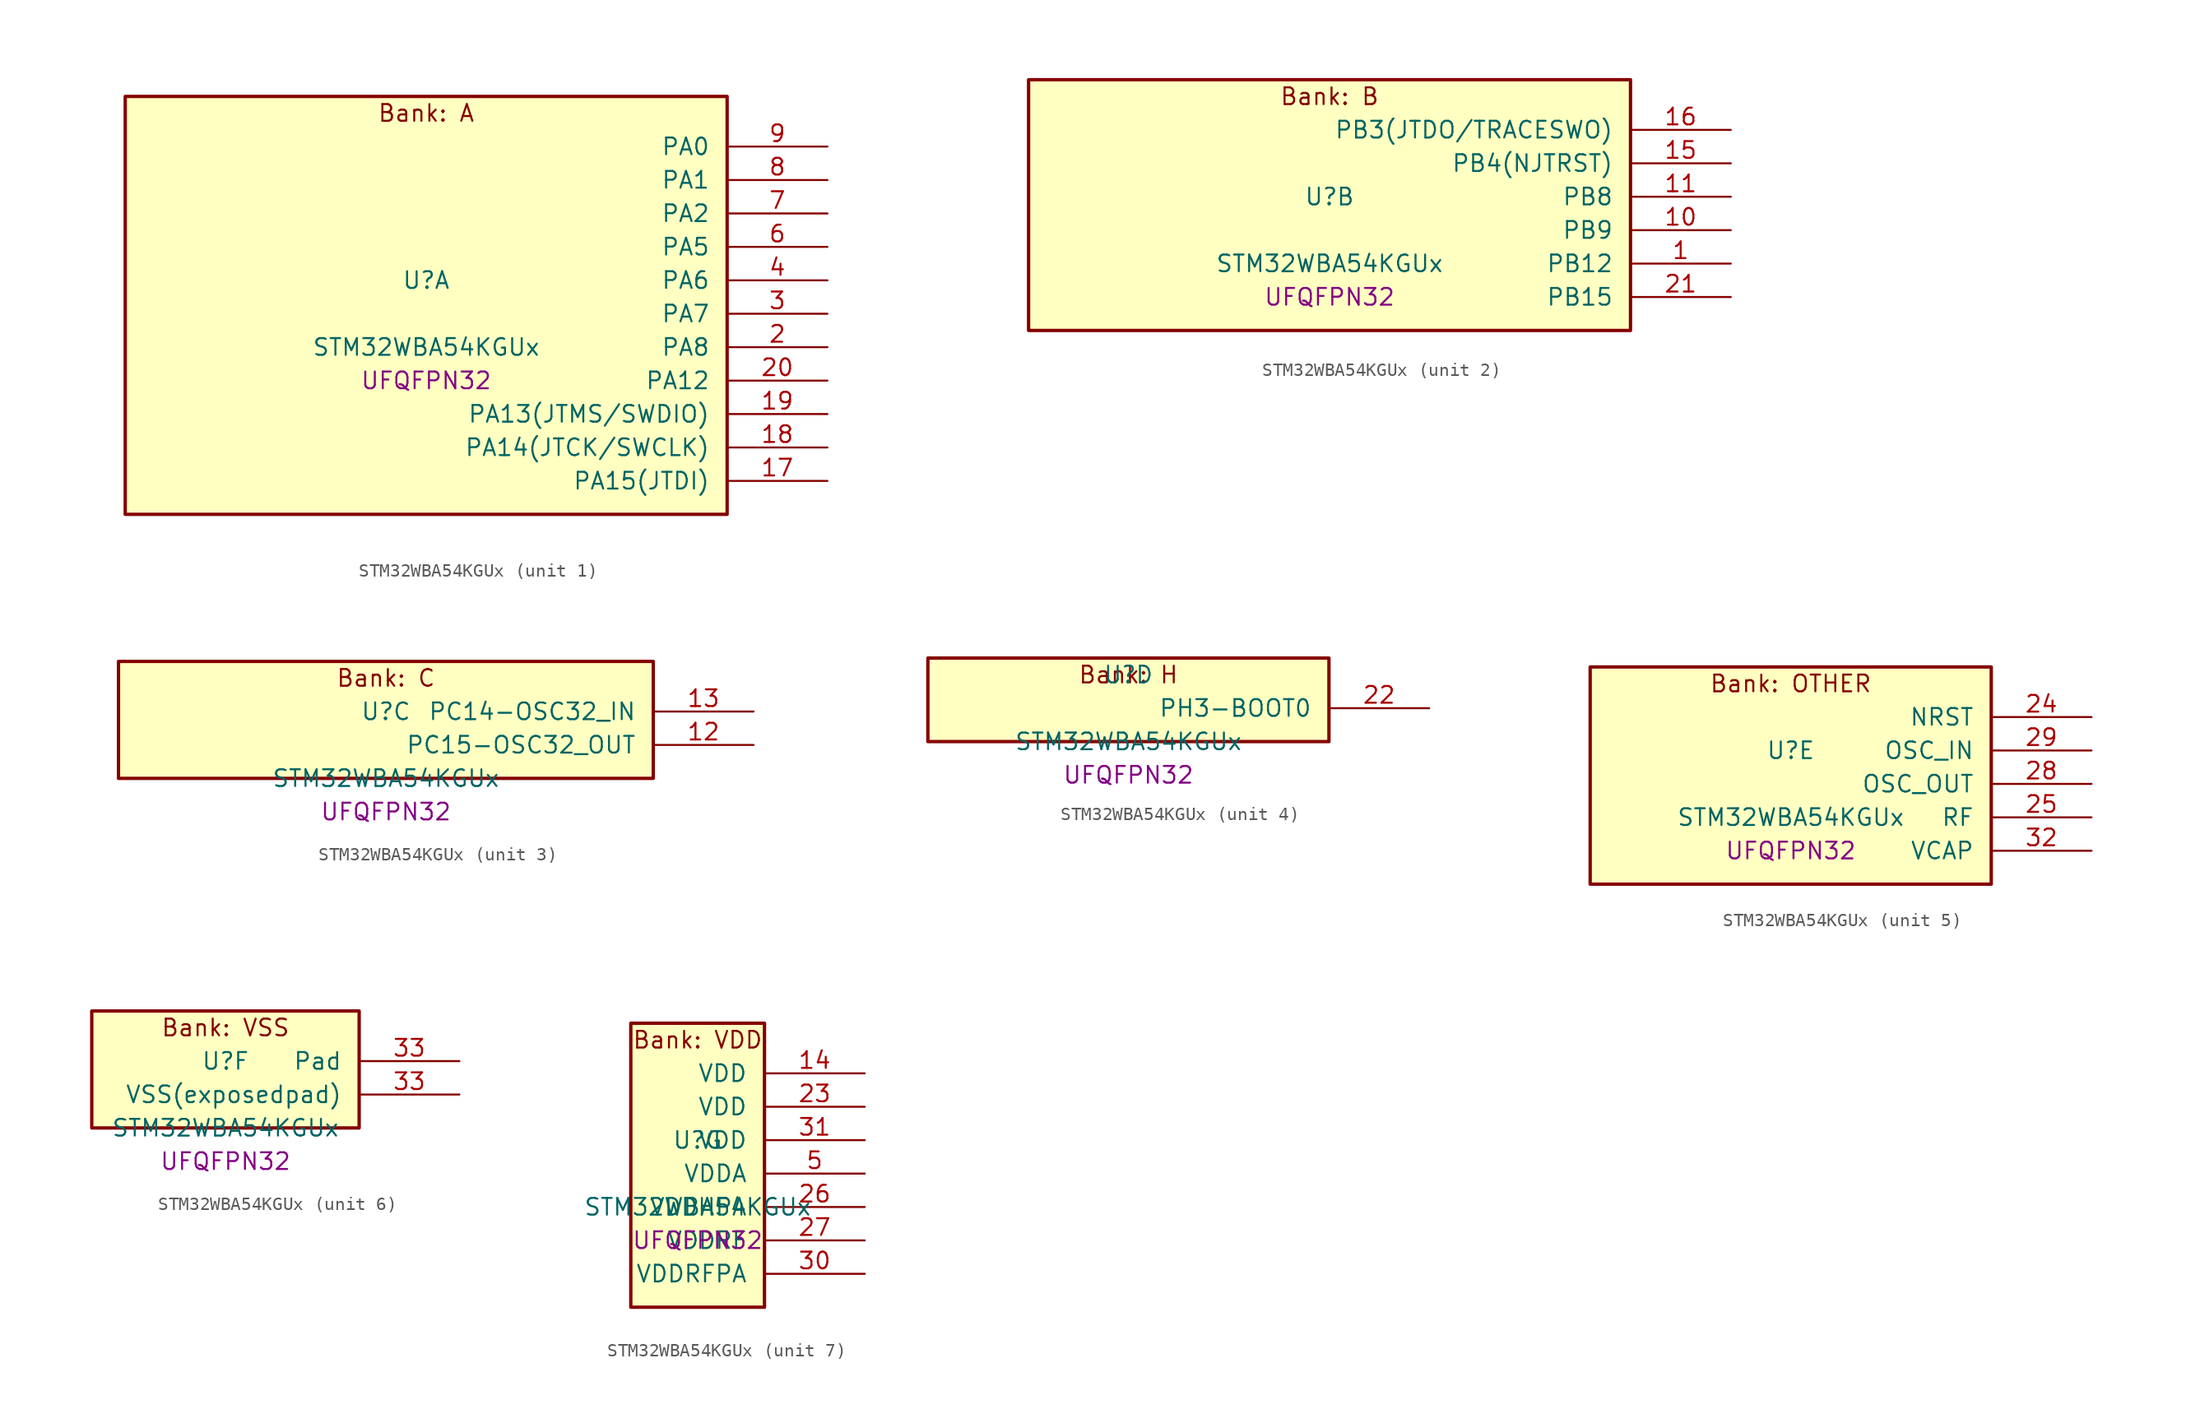
<source format=kicad_sym>
(kicad_symbol_lib
  (version 20241209)
  (generator "stm32_pkl_generator")
  (generator_version "1.0")
  (symbol "STM32WBA54KGUx"
    (pin_names
      (offset 1.27))
    (property "Reference" "U"
      (at 0 2.54 0))
    (property "Value" "STM32WBA54KGUx"
      (at 0 -2.54 0))
    (property "Footprint" "UFQFPN32"
      (at 0 -5.08 0))
    (symbol "STM32WBA54KGUx_1_1"
      (rectangle (start -22.86 16.51) (end 22.86 -15.24) (stroke (width 0.254) (type solid)) (fill (type background)))
      (text "Bank: A" (at 0 15.24 0))
      (pin bidirectional line (at 30.48 12.7 180) (length 7.62) (name "PA0") (number "9") (alternate "PA0/ADC4_IN9" bidirectional line) (alternate "PA0/COMP2_INP" bidirectional line) (alternate "PA0/LPTIM1_IN1" bidirectional line) (alternate "PA0/LPUART1_CTS" bidirectional line) (alternate "PA0/PWR_WKUP1" bidirectional line) (alternate "PA0/SPI3_SCK" bidirectional line) (alternate "PA0/TIM1_CH2N" bidirectional line) (alternate "PA0/TIM3_CH3" bidirectional line) (alternate "PA0/TIM3_ETR" bidirectional line) (alternate "PA0/TSC_G2_IO2" bidirectional line))
      (pin bidirectional line (at 30.48 10.16 180) (length 7.62) (name "PA1") (number "8") (alternate "PA1/ADC4_IN8" bidirectional line) (alternate "PA1/COMP1_INM" bidirectional line) (alternate "PA1/LPTIM2_CH2" bidirectional line) (alternate "PA1/LPUART1_RX" bidirectional line) (alternate "PA1/PWR_WKUP3" bidirectional line) (alternate "PA1/SAI1_CK1" bidirectional line) (alternate "PA1/SPI1_RDY" bidirectional line) (alternate "PA1/TIM17_CH1" bidirectional line) (alternate "PA1/TIM1_CH1N" bidirectional line) (alternate "PA1/TIM3_CH2" bidirectional line) (alternate "PA1/TSC_G2_IO1" bidirectional line) (alternate "PA1/USART1_CK" bidirectional line))
      (pin bidirectional line (at 30.48 7.62 180) (length 7.62) (name "PA2") (number "7") (alternate "PA2/ADC4_IN7" bidirectional line) (alternate "PA2/COMP1_INP" bidirectional line) (alternate "PA2/LPUART1_TX" bidirectional line) (alternate "PA2/PWR_WKUP4" bidirectional line) (alternate "PA2/RCC_LSCO" bidirectional line) (alternate "PA2/SAI1_D1" bidirectional line) (alternate "PA2/TIM16_CH1" bidirectional line) (alternate "PA2/TIM1_BKIN" bidirectional line) (alternate "PA2/TIM3_CH1" bidirectional line) (alternate "PA2/TSC_G4_IO4" bidirectional line) (alternate "PA2/USART1_DE" bidirectional line) (alternate "PA2/USART1_RTS" bidirectional line))
      (pin bidirectional line (at 30.48 5.08 180) (length 7.62) (name "PA5") (number "6") (alternate "PA5/ADC4_IN4" bidirectional line) (alternate "PA5/AUDIOCLK" bidirectional line) (alternate "PA5/LPTIM2_ETR" bidirectional line) (alternate "PA5/PWR_CSLEEP" bidirectional line) (alternate "PA5/PWR_WKUP6" bidirectional line) (alternate "PA5/SAI1_D2" bidirectional line) (alternate "PA5/SPI3_NSS" bidirectional line) (alternate "PA5/TIM2_CH1" bidirectional line) (alternate "PA5/TIM2_ETR" bidirectional line) (alternate "PA5/TSC_G1_IO4" bidirectional line) (alternate "PA5/USART1_CK" bidirectional line))
      (pin bidirectional line (at 30.48 2.54 180) (length 7.62) (name "PA6") (number "4") (alternate "PA6/ADC4_IN3" bidirectional line) (alternate "PA6/I2C3_SCL" bidirectional line) (alternate "PA6/PWR_CSTOP" bidirectional line) (alternate "PA6/PWR_WKUP7" bidirectional line) (alternate "PA6/SAI1_CK2" bidirectional line) (alternate "PA6/SAI1_MCLK_A" bidirectional line) (alternate "PA6/SPI3_RDY" bidirectional line) (alternate "PA6/TIM2_CH4" bidirectional line) (alternate "PA6/TSC_G1_IO3" bidirectional line) (alternate "PA6/USART1_DE" bidirectional line) (alternate "PA6/USART1_RTS" bidirectional line))
      (pin bidirectional line (at 30.48 0 180) (length 7.62) (name "PA7") (number "3") (alternate "PA7/ADC4_IN2" bidirectional line) (alternate "PA7/COMP1_OUT" bidirectional line) (alternate "PA7/I2C3_SDA" bidirectional line) (alternate "PA7/PWR_WKUP8" bidirectional line) (alternate "PA7/SAI1_SCK_A" bidirectional line) (alternate "PA7/TAMP_IN1" bidirectional line) (alternate "PA7/TAMP_OUT2" bidirectional line) (alternate "PA7/TIM2_CH3" bidirectional line) (alternate "PA7/TSC_G1_IO2" bidirectional line) (alternate "PA7/USART1_CTS" bidirectional line))
      (pin bidirectional line (at 30.48 -2.54 180) (length 7.62) (name "PA8") (number "2") (alternate "PA8/ADC4_IN1" bidirectional line) (alternate "PA8/LPTIM1_CH2" bidirectional line) (alternate "PA8/RCC_MCO" bidirectional line) (alternate "PA8/SAI1_FS_A" bidirectional line) (alternate "PA8/SPI3_RDY" bidirectional line) (alternate "PA8/TIM2_CH2" bidirectional line) (alternate "PA8/TSC_G1_IO1" bidirectional line) (alternate "PA8/USART1_RX" bidirectional line))
      (pin bidirectional line (at 30.48 -5.08 180) (length 7.62) (name "PA12") (number "20") (alternate "PA12/COMP2_OUT" bidirectional line) (alternate "PA12/PTA_STATUS" bidirectional line) (alternate "PA12/PWR_WKUP6" bidirectional line) (alternate "PA12/RF_ANTSW0" bidirectional line) (alternate "PA12/SPI1_NSS" bidirectional line) (alternate "PA12/TIM1_CH2" bidirectional line) (alternate "PA12/TSC_G3_IO4" bidirectional line) (alternate "PA12/USART2_TX" bidirectional line))
      (pin bidirectional line (at 30.48 -7.62 180) (length 7.62) (name "PA13(JTMS/SWDIO)") (number "19") (alternate "PA13(JTMS/SWDIO)/DEBUG_JTMS-SWDIO" bidirectional line) (alternate "PA13(JTMS/SWDIO)/IR_OUT" bidirectional line) (alternate "PA13(JTMS/SWDIO)/PTA_PRIORITY" bidirectional line))
      (pin bidirectional line (at 30.48 -10.16 180) (length 7.62) (name "PA14(JTCK/SWCLK)") (number "18") (alternate "PA14(JTCK/SWCLK)/COMP2_OUT" bidirectional line) (alternate "PA14(JTCK/SWCLK)/DEBUG_JTCK-SWCLK" bidirectional line) (alternate "PA14(JTCK/SWCLK)/PTA_STATUS" bidirectional line) (alternate "PA14(JTCK/SWCLK)/TAMP_IN3" bidirectional line) (alternate "PA14(JTCK/SWCLK)/TAMP_OUT6" bidirectional line) (alternate "PA14(JTCK/SWCLK)/USART2_TX" bidirectional line))
      (pin bidirectional line (at 30.48 -12.7 180) (length 7.62) (name "PA15(JTDI)") (number "17") (alternate "PA15(JTDI)/ADC4_EXTI15" bidirectional line) (alternate "PA15(JTDI)/DEBUG_JTDI" bidirectional line) (alternate "PA15(JTDI)/I2C1_SCL" bidirectional line) (alternate "PA15(JTDI)/LPTIM1_CH2" bidirectional line) (alternate "PA15(JTDI)/PTA_STATUS" bidirectional line) (alternate "PA15(JTDI)/SPI1_MOSI" bidirectional line) (alternate "PA15(JTDI)/TIM17_BKIN" bidirectional line) (alternate "PA15(JTDI)/TIM1_ETR" bidirectional line) (alternate "PA15(JTDI)/TSC_G3_IO3" bidirectional line) (alternate "PA15(JTDI)/USART2_DE" bidirectional line) (alternate "PA15(JTDI)/USART2_RTS" bidirectional line)))
    (symbol "STM32WBA54KGUx_2_1"
      (rectangle (start -22.86 11.43) (end 22.86 -7.62) (stroke (width 0.254) (type solid)) (fill (type background)))
      (text "Bank: B" (at 0 10.16 0))
      (pin bidirectional line (at 30.48 7.62 180) (length 7.62) (name "PB3(JTDO/TRACESWO)") (number "16") (alternate "PB3(JTDO/TRACESWO)/DEBUG_JTDO-SWO" bidirectional line) (alternate "PB3(JTDO/TRACESWO)/I2C1_SDA" bidirectional line) (alternate "PB3(JTDO/TRACESWO)/LPTIM1_IN2" bidirectional line) (alternate "PB3(JTDO/TRACESWO)/PTA_ACTIVE" bidirectional line) (alternate "PB3(JTDO/TRACESWO)/SPI1_MISO" bidirectional line) (alternate "PB3(JTDO/TRACESWO)/TIM17_CH1N" bidirectional line) (alternate "PB3(JTDO/TRACESWO)/TIM1_CH4" bidirectional line) (alternate "PB3(JTDO/TRACESWO)/TSC_G3_IO2" bidirectional line) (alternate "PB3(JTDO/TRACESWO)/USART2_CK" bidirectional line))
      (pin bidirectional line (at 30.48 5.08 180) (length 7.62) (name "PB4(NJTRST)") (number "15") (alternate "PB4(NJTRST)/DEBUG_JTRST" bidirectional line) (alternate "PB4(NJTRST)/LPTIM2_IN2" bidirectional line) (alternate "PB4(NJTRST)/PTA_ACTIVE" bidirectional line) (alternate "PB4(NJTRST)/PTA_PRIORITY" bidirectional line) (alternate "PB4(NJTRST)/SAI1_MCLK_B" bidirectional line) (alternate "PB4(NJTRST)/SPI1_SCK" bidirectional line) (alternate "PB4(NJTRST)/TIM17_CH1" bidirectional line) (alternate "PB4(NJTRST)/TIM1_CH3" bidirectional line) (alternate "PB4(NJTRST)/TSC_G3_IO1" bidirectional line) (alternate "PB4(NJTRST)/USART2_RX" bidirectional line))
      (pin bidirectional line (at 30.48 2.54 180) (length 7.62) (name "PB8") (number "11") (alternate "PB8/COMP1_OUT" bidirectional line) (alternate "PB8/LPTIM1_ETR" bidirectional line) (alternate "PB8/PWR_PVD_IN" bidirectional line) (alternate "PB8/SPI3_MOSI" bidirectional line) (alternate "PB8/TIM16_CH1N" bidirectional line) (alternate "PB8/TIM1_CH1" bidirectional line) (alternate "PB8/TIM3_ETR" bidirectional line) (alternate "PB8/TSC_G2_IO4" bidirectional line) (alternate "PB8/USART2_RX" bidirectional line))
      (pin bidirectional line (at 30.48 0 180) (length 7.62) (name "PB9") (number "10") (alternate "PB9/ADC4_IN10" bidirectional line) (alternate "PB9/COMP2_INM" bidirectional line) (alternate "PB9/IR_OUT" bidirectional line) (alternate "PB9/LPTIM2_IN1" bidirectional line) (alternate "PB9/LPUART1_DE" bidirectional line) (alternate "PB9/LPUART1_RTS" bidirectional line) (alternate "PB9/PWR_WKUP8" bidirectional line) (alternate "PB9/SPI3_MISO" bidirectional line) (alternate "PB9/TIM16_CH1" bidirectional line) (alternate "PB9/TIM1_CH3N" bidirectional line) (alternate "PB9/TIM3_CH4" bidirectional line) (alternate "PB9/TSC_G2_IO3" bidirectional line))
      (pin bidirectional line (at 30.48 -2.54 180) (length 7.62) (name "PB12") (number "1") (alternate "PB12/SAI1_SD_A" bidirectional line) (alternate "PB12/SPI1_RDY" bidirectional line) (alternate "PB12/TIM2_CH1" bidirectional line) (alternate "PB12/TIM2_ETR" bidirectional line) (alternate "PB12/TIM3_ETR" bidirectional line) (alternate "PB12/TSC_SYNC" bidirectional line) (alternate "PB12/USART1_TX" bidirectional line))
      (pin bidirectional line (at 30.48 -5.08 180) (length 7.62) (name "PB15") (number "21") (alternate "PB15/ADC4_EXTI15" bidirectional line) (alternate "PB15/I2C1_SMBA" bidirectional line) (alternate "PB15/I2C3_SMBA" bidirectional line) (alternate "PB15/LPUART1_CTS" bidirectional line) (alternate "PB15/PTA_GRANT" bidirectional line) (alternate "PB15/RF_EXTPABYP" bidirectional line) (alternate "PB15/TIM16_BKIN" bidirectional line) (alternate "PB15/TIM1_BKIN2" bidirectional line) (alternate "PB15/USART2_CTS" bidirectional line)))
    (symbol "STM32WBA54KGUx_3_1"
      (rectangle (start -20.32 6.35) (end 20.32 -2.54) (stroke (width 0.254) (type solid)) (fill (type background)))
      (text "Bank: C" (at 0 5.08 0))
      (pin bidirectional line (at 27.94 2.54 180) (length 7.62) (name "PC14-OSC32_IN") (number "13") (alternate "PC14-OSC32_IN/RCC_OSC32_IN" bidirectional line))
      (pin bidirectional line (at 27.94 0 180) (length 7.62) (name "PC15-OSC32_OUT") (number "12") (alternate "PC15-OSC32_OUT/ADC4_EXTI15" bidirectional line) (alternate "PC15-OSC32_OUT/RCC_OSC32_OUT" bidirectional line)))
    (symbol "STM32WBA54KGUx_4_1"
      (rectangle (start -15.24 3.81) (end 15.24 -2.54) (stroke (width 0.254) (type solid)) (fill (type background)))
      (text "Bank: H" (at 0 2.54 0))
      (pin bidirectional line (at 22.86 0 180) (length 7.62) (name "PH3-BOOT0") (number "22") (alternate "PH3-BOOT0/PTA_GRANT" bidirectional line) (alternate "PH3-BOOT0/RF_EXTPABYP" bidirectional line) (alternate "PH3-BOOT0/TAMP_IN2" bidirectional line) (alternate "PH3-BOOT0/TAMP_OUT1" bidirectional line)))
    (symbol "STM32WBA54KGUx_5_1"
      (rectangle (start -15.24 8.89) (end 15.24 -7.62) (stroke (width 0.254) (type solid)) (fill (type background)))
      (text "Bank: OTHER" (at 0 7.62 0))
      (pin input line (at 22.86 5.08 180) (length 7.62) (name "NRST") (number "24"))
      (pin bidirectional line (at 22.86 2.54 180) (length 7.62) (name "OSC_IN") (number "29") (alternate "OSC_IN/RCC_OSC_IN" bidirectional line))
      (pin bidirectional line (at 22.86 0 180) (length 7.62) (name "OSC_OUT") (number "28") (alternate "OSC_OUT/RCC_OSC_OUT" bidirectional line))
      (pin bidirectional line (at 22.86 -2.54 180) (length 7.62) (name "RF") (number "25"))
      (pin power_in line (at 22.86 -5.08 180) (length 7.62) (name "VCAP") (number "32")))
    (symbol "STM32WBA54KGUx_6_1"
      (rectangle (start -10.16 6.35) (end 10.16 -2.54) (stroke (width 0.254) (type solid)) (fill (type background)))
      (text "Bank: VSS" (at 0 5.08 0))
      (pin passive line (at 17.78 2.54 180) (length 7.62) (name "Pad") (number "33"))
      (pin power_in line (at 17.78 0 180) (length 7.62) (name "VSS(exposedpad)") (number "33")))
    (symbol "STM32WBA54KGUx_7_1"
      (rectangle (start -5.08 11.43) (end 5.08 -10.16) (stroke (width 0.254) (type solid)) (fill (type background)))
      (text "Bank: VDD" (at 0 10.16 0))
      (pin power_in line (at 12.7 7.62 180) (length 7.62) (name "VDD") (number "14"))
      (pin power_in line (at 12.7 5.08 180) (length 7.62) (name "VDD") (number "23"))
      (pin power_in line (at 12.7 2.54 180) (length 7.62) (name "VDD") (number "31"))
      (pin power_in line (at 12.7 0 180) (length 7.62) (name "VDDA") (number "5"))
      (pin power_in line (at 12.7 -2.54 180) (length 7.62) (name "VDDHPA") (number "26"))
      (pin power_in line (at 12.7 -5.08 180) (length 7.62) (name "VDDRF") (number "27"))
      (pin power_in line (at 12.7 -7.62 180) (length 7.62) (name "VDDRFPA") (number "30")))))
</source>
